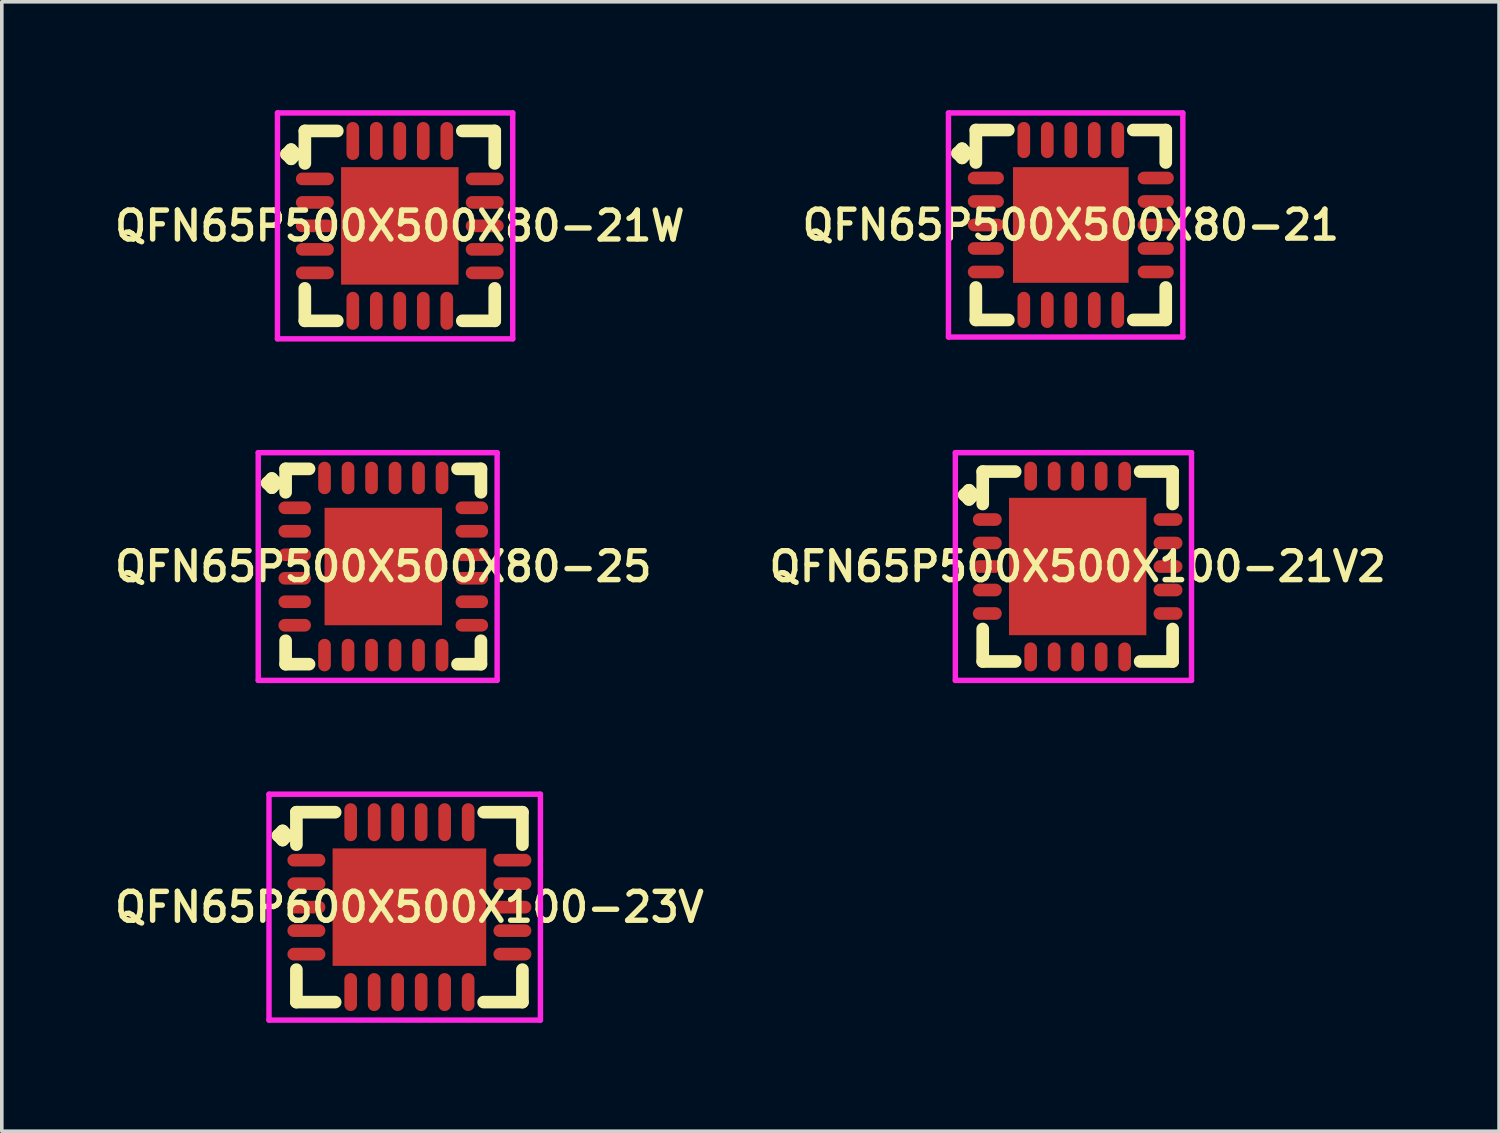
<source format=kicad_pcb>
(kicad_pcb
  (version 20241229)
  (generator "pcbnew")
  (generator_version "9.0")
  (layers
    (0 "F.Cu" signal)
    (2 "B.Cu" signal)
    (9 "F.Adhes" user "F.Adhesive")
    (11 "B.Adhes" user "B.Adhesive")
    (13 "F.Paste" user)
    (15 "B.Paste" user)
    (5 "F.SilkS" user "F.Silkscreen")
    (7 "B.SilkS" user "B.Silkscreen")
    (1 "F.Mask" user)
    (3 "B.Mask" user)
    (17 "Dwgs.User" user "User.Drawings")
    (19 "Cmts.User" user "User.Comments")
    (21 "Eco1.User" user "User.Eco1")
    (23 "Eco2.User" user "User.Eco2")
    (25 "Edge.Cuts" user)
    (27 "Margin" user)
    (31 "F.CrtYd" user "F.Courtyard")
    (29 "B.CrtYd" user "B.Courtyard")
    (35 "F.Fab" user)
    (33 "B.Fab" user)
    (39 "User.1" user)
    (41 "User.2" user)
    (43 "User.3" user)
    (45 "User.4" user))
  (footprint "QFN65P500X500X100-21V2"
    (layer "F.Cu")
    (at 26.768 12.625)
    (property "Reference" "QFN65P500X500X100-21V2" (at 0 0 0) (layer "F.SilkS") (effects (font (size 0.8 0.8) (thickness 0.15))))
    (attr smd)
    (fp_line (start -3.135 -1.983) (end -3.008 -2.11) (stroke (width 0.35) (type solid)) (layer "F.SilkS"))
    (fp_line (start -3.008 -2.11) (end -2.881 -1.983) (stroke (width 0.35) (type solid)) (layer "F.SilkS"))
    (fp_line (start -3.008 -1.856) (end -3.135 -1.983) (stroke (width 0.35) (type solid)) (layer "F.SilkS"))
    (fp_line (start -2.881 -1.983) (end -3.008 -1.856) (stroke (width 0.35) (type solid)) (layer "F.SilkS"))
    (fp_line (start -2.627 -2.627) (end -1.729 -2.627) (stroke (width 0.35) (type solid)) (layer "F.SilkS"))
    (fp_line (start -2.627 -1.729) (end -2.627 -2.627) (stroke (width 0.35) (type solid)) (layer "F.SilkS"))
    (fp_line (start -2.627 1.729) (end -2.627 2.627) (stroke (width 0.35) (type solid)) (layer "F.SilkS"))
    (fp_line (start -2.627 2.627) (end -1.729 2.627) (stroke (width 0.35) (type solid)) (layer "F.SilkS"))
    (fp_line (start 1.729 -2.627) (end 2.627 -2.627) (stroke (width 0.35) (type solid)) (layer "F.SilkS"))
    (fp_line (start 1.729 2.627) (end 2.627 2.627) (stroke (width 0.35) (type solid)) (layer "F.SilkS"))
    (fp_line (start 2.627 -2.627) (end 2.627 -1.729) (stroke (width 0.35) (type solid)) (layer "F.SilkS"))
    (fp_line (start 2.627 2.627) (end 2.627 1.729) (stroke (width 0.35) (type solid)) (layer "F.SilkS"))
    (fp_line (start -3.385 -3.15) (end 3.15 -3.15) (stroke (width 0.15) (type solid)) (layer "F.CrtYd"))
    (fp_line (start -3.385 3.15) (end -3.385 -3.15) (stroke (width 0.15) (type solid)) (layer "F.CrtYd"))
    (fp_line (start 3.15 -3.15) (end 3.15 3.15) (stroke (width 0.15) (type solid)) (layer "F.CrtYd"))
    (fp_line (start 3.15 3.15) (end -3.385 3.15) (stroke (width 0.15) (type solid)) (layer "F.CrtYd"))
    (pad "1" smd oval (at -2.5 -1.3) (size 0.8 0.35) (layers "F.Cu" "F.Mask" "F.Paste"))
    (pad "2" smd oval (at -2.5 -0.65) (size 0.8 0.35) (layers "F.Cu" "F.Mask" "F.Paste"))
    (pad "3" smd oval (at -2.5 0) (size 0.8 0.35) (layers "F.Cu" "F.Mask" "F.Paste"))
    (pad "4" smd oval (at -2.5 0.65) (size 0.8 0.35) (layers "F.Cu" "F.Mask" "F.Paste"))
    (pad "5" smd oval (at -2.5 1.3) (size 0.8 0.35) (layers "F.Cu" "F.Mask" "F.Paste"))
    (pad "6" smd oval (at -1.3 2.5) (size 0.35 0.8) (layers "F.Cu" "F.Mask" "F.Paste"))
    (pad "7" smd oval (at -0.65 2.5) (size 0.35 0.8) (layers "F.Cu" "F.Mask" "F.Paste"))
    (pad "8" smd oval (at 0 2.5) (size 0.35 0.8) (layers "F.Cu" "F.Mask" "F.Paste"))
    (pad "9" smd oval (at 0.65 2.5) (size 0.35 0.8) (layers "F.Cu" "F.Mask" "F.Paste"))
    (pad "10" smd oval (at 1.3 2.5) (size 0.35 0.8) (layers "F.Cu" "F.Mask" "F.Paste"))
    (pad "11" smd oval (at 2.5 1.3) (size 0.8 0.35) (layers "F.Cu" "F.Mask" "F.Paste"))
    (pad "12" smd oval (at 2.5 0.65) (size 0.8 0.35) (layers "F.Cu" "F.Mask" "F.Paste"))
    (pad "13" smd oval (at 2.5 0) (size 0.8 0.35) (layers "F.Cu" "F.Mask" "F.Paste"))
    (pad "14" smd oval (at 2.5 -0.65) (size 0.8 0.35) (layers "F.Cu" "F.Mask" "F.Paste"))
    (pad "15" smd oval (at 2.5 -1.3) (size 0.8 0.35) (layers "F.Cu" "F.Mask" "F.Paste"))
    (pad "16" smd oval (at 1.3 -2.5) (size 0.35 0.8) (layers "F.Cu" "F.Mask" "F.Paste"))
    (pad "17" smd oval (at 0.65 -2.5) (size 0.35 0.8) (layers "F.Cu" "F.Mask" "F.Paste"))
    (pad "18" smd oval (at 0 -2.5) (size 0.35 0.8) (layers "F.Cu" "F.Mask" "F.Paste"))
    (pad "19" smd oval (at -0.65 -2.5) (size 0.35 0.8) (layers "F.Cu" "F.Mask" "F.Paste"))
    (pad "20" smd oval (at -1.3 -2.5) (size 0.35 0.8) (layers "F.Cu" "F.Mask" "F.Paste"))
    (pad "21" smd rect (at 0 0) (size 3.8 3.8) (layers "F.Cu" "F.Mask" "F.Paste")))
  (footprint "QFN65P500X500X80-25"
    (layer "F.Cu")
    (at 7.555 12.625)
    (property "Reference" "QFN65P500X500X80-25" (at 0 0 0) (layer "F.SilkS") (effects (font (size 0.8 0.8) (thickness 0.15))))
    (attr smd)
    (fp_line (start -3.21 -2.308) (end -3.083 -2.435) (stroke (width 0.35) (type solid)) (layer "F.SilkS"))
    (fp_line (start -3.083 -2.435) (end -2.956 -2.308) (stroke (width 0.35) (type solid)) (layer "F.SilkS"))
    (fp_line (start -3.083 -2.181) (end -3.21 -2.308) (stroke (width 0.35) (type solid)) (layer "F.SilkS"))
    (fp_line (start -2.956 -2.308) (end -3.083 -2.181) (stroke (width 0.35) (type solid)) (layer "F.SilkS"))
    (fp_line (start -2.702 -2.702) (end -2.054 -2.702) (stroke (width 0.35) (type solid)) (layer "F.SilkS"))
    (fp_line (start -2.702 -2.054) (end -2.702 -2.702) (stroke (width 0.35) (type solid)) (layer "F.SilkS"))
    (fp_line (start -2.702 2.054) (end -2.702 2.702) (stroke (width 0.35) (type solid)) (layer "F.SilkS"))
    (fp_line (start -2.702 2.702) (end -2.054 2.702) (stroke (width 0.35) (type solid)) (layer "F.SilkS"))
    (fp_line (start 2.054 -2.702) (end 2.702 -2.702) (stroke (width 0.35) (type solid)) (layer "F.SilkS"))
    (fp_line (start 2.054 2.702) (end 2.702 2.702) (stroke (width 0.35) (type solid)) (layer "F.SilkS"))
    (fp_line (start 2.702 -2.702) (end 2.702 -2.054) (stroke (width 0.35) (type solid)) (layer "F.SilkS"))
    (fp_line (start 2.702 2.702) (end 2.702 2.054) (stroke (width 0.35) (type solid)) (layer "F.SilkS"))
    (fp_line (start -3.46 -3.15) (end 3.15 -3.15) (stroke (width 0.15) (type solid)) (layer "F.CrtYd"))
    (fp_line (start -3.46 3.15) (end -3.46 -3.15) (stroke (width 0.15) (type solid)) (layer "F.CrtYd"))
    (fp_line (start 3.15 -3.15) (end 3.15 3.15) (stroke (width 0.15) (type solid)) (layer "F.CrtYd"))
    (fp_line (start 3.15 3.15) (end -3.46 3.15) (stroke (width 0.15) (type solid)) (layer "F.CrtYd"))
    (pad "1" smd oval (at -2.45 -1.625) (size 0.9 0.35) (layers "F.Cu" "F.Mask" "F.Paste"))
    (pad "2" smd oval (at -2.45 -0.975) (size 0.9 0.35) (layers "F.Cu" "F.Mask" "F.Paste"))
    (pad "3" smd oval (at -2.45 -0.325) (size 0.9 0.35) (layers "F.Cu" "F.Mask" "F.Paste"))
    (pad "4" smd oval (at -2.45 0.325) (size 0.9 0.35) (layers "F.Cu" "F.Mask" "F.Paste"))
    (pad "5" smd oval (at -2.45 0.975) (size 0.9 0.35) (layers "F.Cu" "F.Mask" "F.Paste"))
    (pad "6" smd oval (at -2.45 1.625) (size 0.9 0.35) (layers "F.Cu" "F.Mask" "F.Paste"))
    (pad "7" smd oval (at -1.625 2.45) (size 0.35 0.9) (layers "F.Cu" "F.Mask" "F.Paste"))
    (pad "8" smd oval (at -0.975 2.45) (size 0.35 0.9) (layers "F.Cu" "F.Mask" "F.Paste"))
    (pad "9" smd oval (at -0.325 2.45) (size 0.35 0.9) (layers "F.Cu" "F.Mask" "F.Paste"))
    (pad "10" smd oval (at 0.325 2.45) (size 0.35 0.9) (layers "F.Cu" "F.Mask" "F.Paste"))
    (pad "11" smd oval (at 0.975 2.45) (size 0.35 0.9) (layers "F.Cu" "F.Mask" "F.Paste"))
    (pad "12" smd oval (at 1.625 2.45) (size 0.35 0.9) (layers "F.Cu" "F.Mask" "F.Paste"))
    (pad "13" smd oval (at 2.45 1.625) (size 0.9 0.35) (layers "F.Cu" "F.Mask" "F.Paste"))
    (pad "14" smd oval (at 2.45 0.975) (size 0.9 0.35) (layers "F.Cu" "F.Mask" "F.Paste"))
    (pad "15" smd oval (at 2.45 0.325) (size 0.9 0.35) (layers "F.Cu" "F.Mask" "F.Paste"))
    (pad "16" smd oval (at 2.45 -0.325) (size 0.9 0.35) (layers "F.Cu" "F.Mask" "F.Paste"))
    (pad "17" smd oval (at 2.45 -0.975) (size 0.9 0.35) (layers "F.Cu" "F.Mask" "F.Paste"))
    (pad "18" smd oval (at 2.45 -1.625) (size 0.9 0.35) (layers "F.Cu" "F.Mask" "F.Paste"))
    (pad "19" smd oval (at 1.625 -2.45) (size 0.35 0.9) (layers "F.Cu" "F.Mask" "F.Paste"))
    (pad "20" smd oval (at 0.975 -2.45) (size 0.35 0.9) (layers "F.Cu" "F.Mask" "F.Paste"))
    (pad "21" smd oval (at 0.325 -2.45) (size 0.35 0.9) (layers "F.Cu" "F.Mask" "F.Paste"))
    (pad "22" smd oval (at -0.325 -2.45) (size 0.35 0.9) (layers "F.Cu" "F.Mask" "F.Paste"))
    (pad "23" smd oval (at -0.975 -2.45) (size 0.35 0.9) (layers "F.Cu" "F.Mask" "F.Paste"))
    (pad "24" smd oval (at -1.625 -2.45) (size 0.35 0.9) (layers "F.Cu" "F.Mask" "F.Paste"))
    (pad "25" smd rect (at 0 0) (size 3.25 3.25) (layers "F.Cu" "F.Mask" "F.Paste")))
  (footprint "QFN65P500X500X80-21"
    (layer "F.Cu")
    (at 26.578 3.175)
    (property "Reference" "QFN65P500X500X80-21" (at 0 0 0) (layer "F.SilkS") (effects (font (size 0.8 0.8) (thickness 0.15))))
    (attr smd)
    (fp_line (start -3.135 -1.983) (end -3.008 -2.11) (stroke (width 0.35) (type solid)) (layer "F.SilkS"))
    (fp_line (start -3.008 -2.11) (end -2.881 -1.983) (stroke (width 0.35) (type solid)) (layer "F.SilkS"))
    (fp_line (start -3.008 -1.856) (end -3.135 -1.983) (stroke (width 0.35) (type solid)) (layer "F.SilkS"))
    (fp_line (start -2.881 -1.983) (end -3.008 -1.856) (stroke (width 0.35) (type solid)) (layer "F.SilkS"))
    (fp_line (start -2.627 -2.627) (end -1.729 -2.627) (stroke (width 0.35) (type solid)) (layer "F.SilkS"))
    (fp_line (start -2.627 -1.729) (end -2.627 -2.627) (stroke (width 0.35) (type solid)) (layer "F.SilkS"))
    (fp_line (start -2.627 1.729) (end -2.627 2.627) (stroke (width 0.35) (type solid)) (layer "F.SilkS"))
    (fp_line (start -2.627 2.627) (end -1.729 2.627) (stroke (width 0.35) (type solid)) (layer "F.SilkS"))
    (fp_line (start 1.729 -2.627) (end 2.627 -2.627) (stroke (width 0.35) (type solid)) (layer "F.SilkS"))
    (fp_line (start 1.729 2.627) (end 2.627 2.627) (stroke (width 0.35) (type solid)) (layer "F.SilkS"))
    (fp_line (start 2.627 -2.627) (end 2.627 -1.729) (stroke (width 0.35) (type solid)) (layer "F.SilkS"))
    (fp_line (start 2.627 2.627) (end 2.627 1.729) (stroke (width 0.35) (type solid)) (layer "F.SilkS"))
    (fp_line (start -3.385 -3.1) (end 3.1 -3.1) (stroke (width 0.15) (type solid)) (layer "F.CrtYd"))
    (fp_line (start -3.385 3.1) (end -3.385 -3.1) (stroke (width 0.15) (type solid)) (layer "F.CrtYd"))
    (fp_line (start 3.1 -3.1) (end 3.1 3.1) (stroke (width 0.15) (type solid)) (layer "F.CrtYd"))
    (fp_line (start 3.1 3.1) (end -3.385 3.1) (stroke (width 0.15) (type solid)) (layer "F.CrtYd"))
    (pad "1" smd oval (at -2.35 -1.3) (size 1 0.35) (layers "F.Cu" "F.Mask" "F.Paste"))
    (pad "2" smd oval (at -2.35 -0.65) (size 1 0.35) (layers "F.Cu" "F.Mask" "F.Paste"))
    (pad "3" smd oval (at -2.35 0) (size 1 0.35) (layers "F.Cu" "F.Mask" "F.Paste"))
    (pad "4" smd oval (at -2.35 0.65) (size 1 0.35) (layers "F.Cu" "F.Mask" "F.Paste"))
    (pad "5" smd oval (at -2.35 1.3) (size 1 0.35) (layers "F.Cu" "F.Mask" "F.Paste"))
    (pad "6" smd oval (at -1.3 2.35) (size 0.35 1) (layers "F.Cu" "F.Mask" "F.Paste"))
    (pad "7" smd oval (at -0.65 2.35) (size 0.35 1) (layers "F.Cu" "F.Mask" "F.Paste"))
    (pad "8" smd oval (at 0 2.35) (size 0.35 1) (layers "F.Cu" "F.Mask" "F.Paste"))
    (pad "9" smd oval (at 0.65 2.35) (size 0.35 1) (layers "F.Cu" "F.Mask" "F.Paste"))
    (pad "10" smd oval (at 1.3 2.35) (size 0.35 1) (layers "F.Cu" "F.Mask" "F.Paste"))
    (pad "11" smd oval (at 2.35 1.3) (size 1 0.35) (layers "F.Cu" "F.Mask" "F.Paste"))
    (pad "12" smd oval (at 2.35 0.65) (size 1 0.35) (layers "F.Cu" "F.Mask" "F.Paste"))
    (pad "13" smd oval (at 2.35 0) (size 1 0.35) (layers "F.Cu" "F.Mask" "F.Paste"))
    (pad "14" smd oval (at 2.35 -0.65) (size 1 0.35) (layers "F.Cu" "F.Mask" "F.Paste"))
    (pad "15" smd oval (at 2.35 -1.3) (size 1 0.35) (layers "F.Cu" "F.Mask" "F.Paste"))
    (pad "16" smd oval (at 1.3 -2.35) (size 0.35 1) (layers "F.Cu" "F.Mask" "F.Paste"))
    (pad "17" smd oval (at 0.65 -2.35) (size 0.35 1) (layers "F.Cu" "F.Mask" "F.Paste"))
    (pad "18" smd oval (at 0 -2.35) (size 0.35 1) (layers "F.Cu" "F.Mask" "F.Paste"))
    (pad "19" smd oval (at -0.65 -2.35) (size 0.35 1) (layers "F.Cu" "F.Mask" "F.Paste"))
    (pad "20" smd oval (at -1.3 -2.35) (size 0.35 1) (layers "F.Cu" "F.Mask" "F.Paste"))
    (pad "21" smd rect (at 0 0) (size 3.2 3.2) (layers "F.Cu" "F.Mask" "F.Paste")))
  (footprint "QFN65P600X500X100-23V"
    (layer "F.Cu")
    (at 8.278 22.05)
    (property "Reference" "QFN65P600X500X100-23V" (at 0 0 0) (layer "F.SilkS") (effects (font (size 0.8 0.8) (thickness 0.15))))
    (attr smd)
    (fp_line (start -3.635 -1.983) (end -3.508 -2.11) (stroke (width 0.35) (type solid)) (layer "F.SilkS"))
    (fp_line (start -3.508 -2.11) (end -3.381 -1.983) (stroke (width 0.35) (type solid)) (layer "F.SilkS"))
    (fp_line (start -3.508 -1.856) (end -3.635 -1.983) (stroke (width 0.35) (type solid)) (layer "F.SilkS"))
    (fp_line (start -3.381 -1.983) (end -3.508 -1.856) (stroke (width 0.35) (type solid)) (layer "F.SilkS"))
    (fp_line (start -3.127 -2.627) (end -2.054 -2.627) (stroke (width 0.35) (type solid)) (layer "F.SilkS"))
    (fp_line (start -3.127 -1.729) (end -3.127 -2.627) (stroke (width 0.35) (type solid)) (layer "F.SilkS"))
    (fp_line (start -3.127 1.729) (end -3.127 2.627) (stroke (width 0.35) (type solid)) (layer "F.SilkS"))
    (fp_line (start -3.127 2.627) (end -2.054 2.627) (stroke (width 0.35) (type solid)) (layer "F.SilkS"))
    (fp_line (start 2.054 -2.627) (end 3.127 -2.627) (stroke (width 0.35) (type solid)) (layer "F.SilkS"))
    (fp_line (start 2.054 2.627) (end 3.127 2.627) (stroke (width 0.35) (type solid)) (layer "F.SilkS"))
    (fp_line (start 3.127 -2.627) (end 3.127 -1.729) (stroke (width 0.35) (type solid)) (layer "F.SilkS"))
    (fp_line (start 3.127 2.627) (end 3.127 1.729) (stroke (width 0.35) (type solid)) (layer "F.SilkS"))
    (fp_line (start -3.885 -3.125) (end 3.625 -3.125) (stroke (width 0.15) (type solid)) (layer "F.CrtYd"))
    (fp_line (start -3.885 3.125) (end -3.885 -3.125) (stroke (width 0.15) (type solid)) (layer "F.CrtYd"))
    (fp_line (start 3.625 -3.125) (end 3.625 3.125) (stroke (width 0.15) (type solid)) (layer "F.CrtYd"))
    (fp_line (start 3.625 3.125) (end -3.885 3.125) (stroke (width 0.15) (type solid)) (layer "F.CrtYd"))
    (pad "1" smd oval (at -2.85 -1.3) (size 1.05 0.35) (layers "F.Cu" "F.Mask" "F.Paste"))
    (pad "2" smd oval (at -2.85 -0.65) (size 1.05 0.35) (layers "F.Cu" "F.Mask" "F.Paste"))
    (pad "3" smd oval (at -2.85 0) (size 1.05 0.35) (layers "F.Cu" "F.Mask" "F.Paste"))
    (pad "4" smd oval (at -2.85 0.65) (size 1.05 0.35) (layers "F.Cu" "F.Mask" "F.Paste"))
    (pad "5" smd oval (at -2.85 1.3) (size 1.05 0.35) (layers "F.Cu" "F.Mask" "F.Paste"))
    (pad "6" smd oval (at -1.625 2.35) (size 0.35 1.05) (layers "F.Cu" "F.Mask" "F.Paste"))
    (pad "7" smd oval (at -0.975 2.35) (size 0.35 1.05) (layers "F.Cu" "F.Mask" "F.Paste"))
    (pad "8" smd oval (at -0.325 2.35) (size 0.35 1.05) (layers "F.Cu" "F.Mask" "F.Paste"))
    (pad "9" smd oval (at 0.325 2.35) (size 0.35 1.05) (layers "F.Cu" "F.Mask" "F.Paste"))
    (pad "10" smd oval (at 0.975 2.35) (size 0.35 1.05) (layers "F.Cu" "F.Mask" "F.Paste"))
    (pad "11" smd oval (at 1.625 2.35) (size 0.35 1.05) (layers "F.Cu" "F.Mask" "F.Paste"))
    (pad "12" smd oval (at 2.85 1.3) (size 1.05 0.35) (layers "F.Cu" "F.Mask" "F.Paste"))
    (pad "13" smd oval (at 2.85 0.65) (size 1.05 0.35) (layers "F.Cu" "F.Mask" "F.Paste"))
    (pad "14" smd oval (at 2.85 0) (size 1.05 0.35) (layers "F.Cu" "F.Mask" "F.Paste"))
    (pad "15" smd oval (at 2.85 -0.65) (size 1.05 0.35) (layers "F.Cu" "F.Mask" "F.Paste"))
    (pad "16" smd oval (at 2.85 -1.3) (size 1.05 0.35) (layers "F.Cu" "F.Mask" "F.Paste"))
    (pad "17" smd oval (at 1.625 -2.35) (size 0.35 1.05) (layers "F.Cu" "F.Mask" "F.Paste"))
    (pad "18" smd oval (at 0.975 -2.35) (size 0.35 1.05) (layers "F.Cu" "F.Mask" "F.Paste"))
    (pad "19" smd oval (at 0.325 -2.35) (size 0.35 1.05) (layers "F.Cu" "F.Mask" "F.Paste"))
    (pad "20" smd oval (at -0.325 -2.35) (size 0.35 1.05) (layers "F.Cu" "F.Mask" "F.Paste"))
    (pad "21" smd oval (at -0.975 -2.35) (size 0.35 1.05) (layers "F.Cu" "F.Mask" "F.Paste"))
    (pad "22" smd oval (at -1.625 -2.35) (size 0.35 1.05) (layers "F.Cu" "F.Mask" "F.Paste"))
    (pad "23" smd rect (at 0 0) (size 4.25 3.25) (layers "F.Cu" "F.Mask" "F.Paste")))
  (footprint "QFN65P500X500X80-21W"
    (layer "F.Cu")
    (at 8.012 3.2)
    (property "Reference" "QFN65P500X500X80-21W" (at 0 0 0) (layer "F.SilkS") (effects (font (size 0.8 0.8) (thickness 0.15))))
    (attr smd)
    (fp_line (start -3.135 -1.983) (end -3.008 -2.11) (stroke (width 0.35) (type solid)) (layer "F.SilkS"))
    (fp_line (start -3.008 -2.11) (end -2.881 -1.983) (stroke (width 0.35) (type solid)) (layer "F.SilkS"))
    (fp_line (start -3.008 -1.856) (end -3.135 -1.983) (stroke (width 0.35) (type solid)) (layer "F.SilkS"))
    (fp_line (start -2.881 -1.983) (end -3.008 -1.856) (stroke (width 0.35) (type solid)) (layer "F.SilkS"))
    (fp_line (start -2.627 -2.627) (end -1.729 -2.627) (stroke (width 0.35) (type solid)) (layer "F.SilkS"))
    (fp_line (start -2.627 -1.729) (end -2.627 -2.627) (stroke (width 0.35) (type solid)) (layer "F.SilkS"))
    (fp_line (start -2.627 1.729) (end -2.627 2.627) (stroke (width 0.35) (type solid)) (layer "F.SilkS"))
    (fp_line (start -2.627 2.627) (end -1.729 2.627) (stroke (width 0.35) (type solid)) (layer "F.SilkS"))
    (fp_line (start 1.729 -2.627) (end 2.627 -2.627) (stroke (width 0.35) (type solid)) (layer "F.SilkS"))
    (fp_line (start 1.729 2.627) (end 2.627 2.627) (stroke (width 0.35) (type solid)) (layer "F.SilkS"))
    (fp_line (start 2.627 -2.627) (end 2.627 -1.729) (stroke (width 0.35) (type solid)) (layer "F.SilkS"))
    (fp_line (start 2.627 2.627) (end 2.627 1.729) (stroke (width 0.35) (type solid)) (layer "F.SilkS"))
    (fp_line (start -3.385 -3.125) (end 3.125 -3.125) (stroke (width 0.15) (type solid)) (layer "F.CrtYd"))
    (fp_line (start -3.385 3.125) (end -3.385 -3.125) (stroke (width 0.15) (type solid)) (layer "F.CrtYd"))
    (fp_line (start 3.125 -3.125) (end 3.125 3.125) (stroke (width 0.15) (type solid)) (layer "F.CrtYd"))
    (fp_line (start 3.125 3.125) (end -3.385 3.125) (stroke (width 0.15) (type solid)) (layer "F.CrtYd"))
    (pad "1" smd oval (at -2.35 -1.3) (size 1.05 0.35) (layers "F.Cu" "F.Mask" "F.Paste"))
    (pad "2" smd oval (at -2.35 -0.65) (size 1.05 0.35) (layers "F.Cu" "F.Mask" "F.Paste"))
    (pad "3" smd oval (at -2.35 0) (size 1.05 0.35) (layers "F.Cu" "F.Mask" "F.Paste"))
    (pad "4" smd oval (at -2.35 0.65) (size 1.05 0.35) (layers "F.Cu" "F.Mask" "F.Paste"))
    (pad "5" smd oval (at -2.35 1.3) (size 1.05 0.35) (layers "F.Cu" "F.Mask" "F.Paste"))
    (pad "6" smd oval (at -1.3 2.35) (size 0.35 1.05) (layers "F.Cu" "F.Mask" "F.Paste"))
    (pad "7" smd oval (at -0.65 2.35) (size 0.35 1.05) (layers "F.Cu" "F.Mask" "F.Paste"))
    (pad "8" smd oval (at 0 2.35) (size 0.35 1.05) (layers "F.Cu" "F.Mask" "F.Paste"))
    (pad "9" smd oval (at 0.65 2.35) (size 0.35 1.05) (layers "F.Cu" "F.Mask" "F.Paste"))
    (pad "10" smd oval (at 1.3 2.35) (size 0.35 1.05) (layers "F.Cu" "F.Mask" "F.Paste"))
    (pad "11" smd oval (at 2.35 1.3) (size 1.05 0.35) (layers "F.Cu" "F.Mask" "F.Paste"))
    (pad "12" smd oval (at 2.35 0.65) (size 1.05 0.35) (layers "F.Cu" "F.Mask" "F.Paste"))
    (pad "13" smd oval (at 2.35 0) (size 1.05 0.35) (layers "F.Cu" "F.Mask" "F.Paste"))
    (pad "14" smd oval (at 2.35 -0.65) (size 1.05 0.35) (layers "F.Cu" "F.Mask" "F.Paste"))
    (pad "15" smd oval (at 2.35 -1.3) (size 1.05 0.35) (layers "F.Cu" "F.Mask" "F.Paste"))
    (pad "16" smd oval (at 1.3 -2.35) (size 0.35 1.05) (layers "F.Cu" "F.Mask" "F.Paste"))
    (pad "17" smd oval (at 0.65 -2.35) (size 0.35 1.05) (layers "F.Cu" "F.Mask" "F.Paste"))
    (pad "18" smd oval (at 0 -2.35) (size 0.35 1.05) (layers "F.Cu" "F.Mask" "F.Paste"))
    (pad "19" smd oval (at -0.65 -2.35) (size 0.35 1.05) (layers "F.Cu" "F.Mask" "F.Paste"))
    (pad "20" smd oval (at -1.3 -2.35) (size 0.35 1.05) (layers "F.Cu" "F.Mask" "F.Paste"))
    (pad "21" smd rect (at 0 0) (size 3.25 3.25) (layers "F.Cu" "F.Mask" "F.Paste")))
  (gr_rect
    (start -3 -3)
    (end 38.428 28.25)
    (stroke (width 0.1) (type default))
    (fill no)
    (layer "Edge.Cuts")))
</source>
